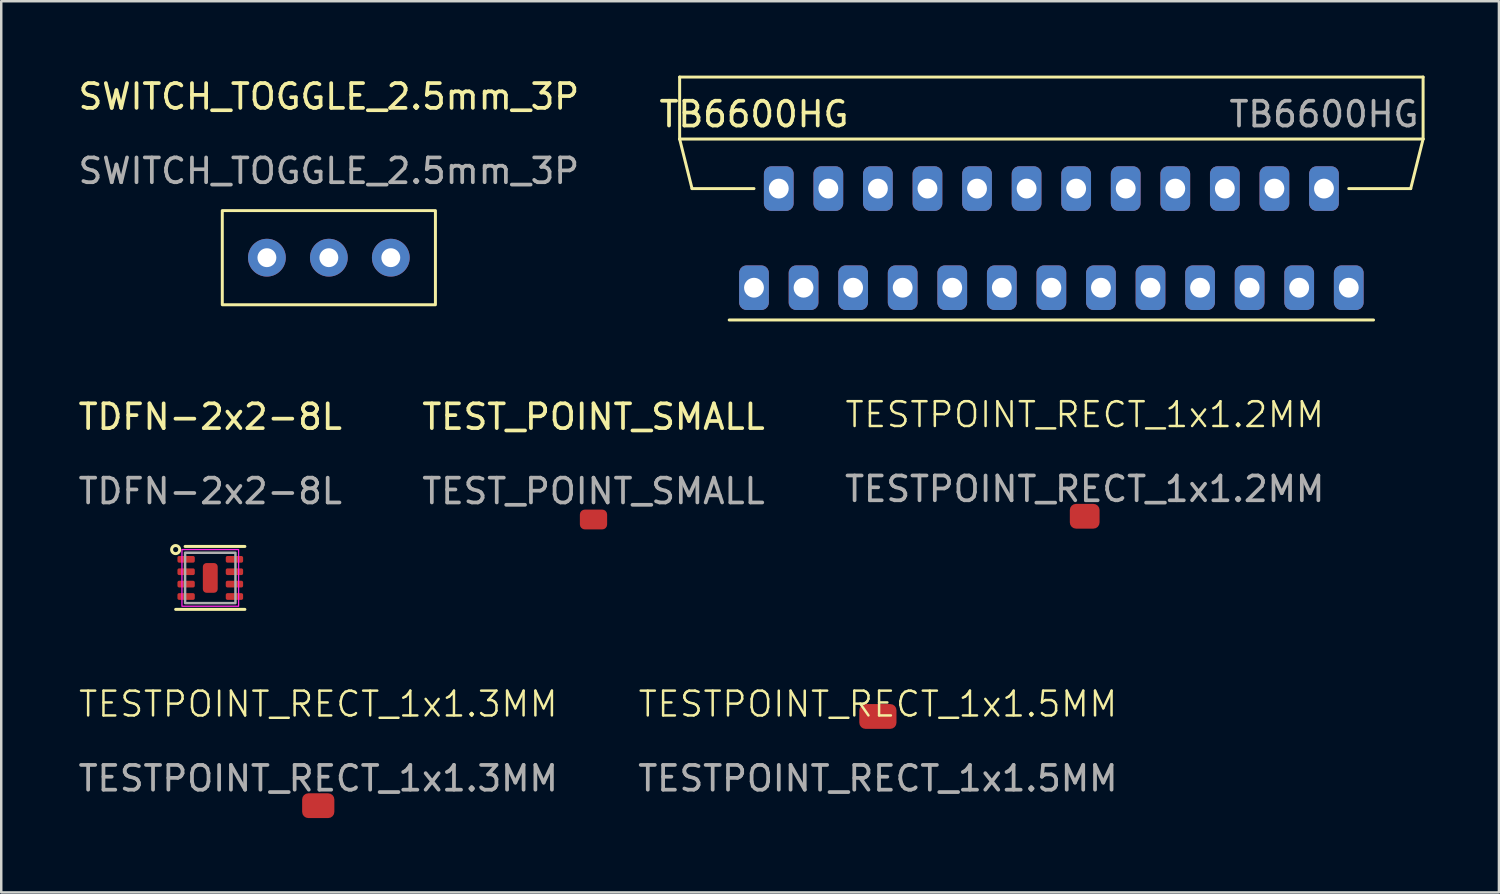
<source format=kicad_pcb>
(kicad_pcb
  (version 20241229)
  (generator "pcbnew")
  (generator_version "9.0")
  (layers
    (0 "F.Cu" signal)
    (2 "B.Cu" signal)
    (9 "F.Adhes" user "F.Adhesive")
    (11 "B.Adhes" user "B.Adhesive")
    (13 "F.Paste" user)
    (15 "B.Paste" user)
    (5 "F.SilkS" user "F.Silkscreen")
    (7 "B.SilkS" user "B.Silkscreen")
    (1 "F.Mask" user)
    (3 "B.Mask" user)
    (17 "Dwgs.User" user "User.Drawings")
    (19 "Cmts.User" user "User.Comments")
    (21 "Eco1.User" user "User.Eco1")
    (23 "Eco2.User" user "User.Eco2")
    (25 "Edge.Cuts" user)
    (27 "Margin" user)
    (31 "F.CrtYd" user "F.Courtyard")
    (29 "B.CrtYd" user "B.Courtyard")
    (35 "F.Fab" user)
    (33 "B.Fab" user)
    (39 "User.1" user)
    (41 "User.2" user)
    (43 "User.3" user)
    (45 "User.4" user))
  (footprint "TESTPOINT_RECT_1x1.2MM"
    (layer "F.Cu")
    (at 40.72 17.782)
    (property "Reference" "TESTPOINT_RECT_1x1.2MM" (at 0 -4.1 0) (unlocked yes) (layer "F.SilkS") (effects (font (size 1 1) (thickness 0.1))))
    (attr smd)
    (fp_text user "${REFERENCE}" (at 0 -1.1 0) (unlocked yes) (layer "F.Fab") (effects (font (size 1 1) (thickness 0.15))))
    (pad "1" smd roundrect (at 0 0) (size 1.2 1) (layers "F.Cu" "F.Mask" "F.Paste") (roundrect_rratio 0.25)))
  (footprint "TESTPOINT_RECT_1x1.5MM"
    (layer "F.Cu")
    (at 32.375 25.861)
    (property "Reference" "TESTPOINT_RECT_1x1.5MM" (at 0 -0.5 0) (unlocked yes) (layer "F.SilkS") (effects (font (size 1 1) (thickness 0.1))))
    (attr smd)
    (fp_text user "${REFERENCE}" (at 0 2.5 0) (unlocked yes) (layer "F.Fab") (effects (font (size 1 1) (thickness 0.15))))
    (pad "1" smd roundrect (at 0 0) (size 1.5 1) (layers "F.Cu" "F.Mask" "F.Paste") (roundrect_rratio 0.25)))
  (footprint "SWITCH_TOGGLE_2.5mm_3P"
    (layer "F.Cu")
    (at 10.22 7.348)
    (property "Reference" "SWITCH_TOGGLE_2.5mm_3P" (at 0 -6.5 0) (unlocked yes) (layer "F.SilkS") (effects (font (size 1 1) (thickness 0.15))))
    (attr through_hole)
    (fp_rect (start -4.3 -1.9) (end 4.3 1.9) (stroke (width 0.12) (type default)) (fill no) (layer "F.SilkS"))
    (fp_text user "${REFERENCE}" (at 0 -3.5 0) (unlocked yes) (layer "F.Fab") (effects (font (size 1 1) (thickness 0.15))))
    (pad "1" thru_hole circle (at -2.5 0) (size 1.524 1.524) (drill 0.762) (layers "*.Cu" "*.Mask"))
    (pad "2" thru_hole circle (at 0 0) (size 1.524 1.524) (drill 0.762) (layers "*.Cu" "*.Mask"))
    (pad "3" thru_hole circle (at 2.5 0) (size 1.524 1.524) (drill 0.762) (layers "*.Cu" "*.Mask")))
  (footprint "TB6600HG"
    (layer "F.Cu")
    (at 39.375 6.56)
    (property "Reference" "TB6600HG" (at -12 -5 0) (unlocked yes) (layer "F.SilkS") (effects (font (size 1 1) (thickness 0.15))))
    (attr through_hole)
    (fp_line (start -15 -6.5) (end 15 -6.5) (stroke (width 0.12) (type solid)) (layer "F.SilkS"))
    (fp_line (start -15 -4) (end -15 -6.5) (stroke (width 0.12) (type solid)) (layer "F.SilkS"))
    (fp_line (start -15 -4) (end 15 -4) (stroke (width 0.12) (type solid)) (layer "F.SilkS"))
    (fp_line (start -14.5 -2) (end -15 -4) (stroke (width 0.12) (type solid)) (layer "F.SilkS"))
    (fp_line (start -13 3.302) (end 13 3.302) (stroke (width 0.12) (type solid)) (layer "F.SilkS"))
    (fp_line (start -12 -2) (end -14.5 -2) (stroke (width 0.12) (type solid)) (layer "F.SilkS"))
    (fp_line (start 14.5 -2) (end 12 -2) (stroke (width 0.12) (type solid)) (layer "F.SilkS"))
    (fp_line (start 15 -6.5) (end 15 -4) (stroke (width 0.12) (type solid)) (layer "F.SilkS"))
    (fp_line (start 15 -4) (end 14.5 -2) (stroke (width 0.12) (type solid)) (layer "F.SilkS"))
    (fp_text user "${REFERENCE}" (at 11 -5 0) (unlocked yes) (layer "F.Fab") (effects (font (size 1 1) (thickness 0.15))))
    (pad "1" thru_hole roundrect (at -12 2) (size 1.2 1.8) (drill 0.8) (layers "*.Cu" "*.Mask") (roundrect_rratio 0.25))
    (pad "2" thru_hole roundrect (at -11 -2) (size 1.2 1.8) (drill 0.8) (layers "*.Cu" "*.Mask") (roundrect_rratio 0.25))
    (pad "3" thru_hole roundrect (at -10 2) (size 1.2 1.8) (drill 0.8) (layers "*.Cu" "*.Mask") (roundrect_rratio 0.25))
    (pad "4" thru_hole roundrect (at -9 -2) (size 1.2 1.8) (drill 0.8) (layers "*.Cu" "*.Mask") (roundrect_rratio 0.25))
    (pad "5" thru_hole roundrect (at -8 2) (size 1.2 1.8) (drill 0.8) (layers "*.Cu" "*.Mask") (roundrect_rratio 0.25))
    (pad "6" thru_hole roundrect (at -7 -2) (size 1.2 1.8) (drill 0.8) (layers "*.Cu" "*.Mask") (roundrect_rratio 0.25))
    (pad "7" thru_hole roundrect (at -6 2) (size 1.2 1.8) (drill 0.8) (layers "*.Cu" "*.Mask") (roundrect_rratio 0.25))
    (pad "8" thru_hole roundrect (at -5 -2) (size 1.2 1.8) (drill 0.8) (layers "*.Cu" "*.Mask") (roundrect_rratio 0.25))
    (pad "9" thru_hole roundrect (at -4 2) (size 1.2 1.8) (drill 0.8) (layers "*.Cu" "*.Mask") (roundrect_rratio 0.25))
    (pad "10" thru_hole roundrect (at -3 -2) (size 1.2 1.8) (drill 0.8) (layers "*.Cu" "*.Mask") (roundrect_rratio 0.25))
    (pad "11" thru_hole roundrect (at -2 2) (size 1.2 1.8) (drill 0.8) (layers "*.Cu" "*.Mask") (roundrect_rratio 0.25))
    (pad "12" thru_hole roundrect (at -1 -2) (size 1.2 1.8) (drill 0.8) (layers "*.Cu" "*.Mask") (roundrect_rratio 0.25))
    (pad "13" thru_hole roundrect (at 0 2) (size 1.2 1.8) (drill 0.8) (layers "*.Cu" "*.Mask") (roundrect_rratio 0.25))
    (pad "14" thru_hole roundrect (at 1 -2) (size 1.2 1.8) (drill 0.8) (layers "*.Cu" "*.Mask") (roundrect_rratio 0.25))
    (pad "15" thru_hole roundrect (at 2 2) (size 1.2 1.8) (drill 0.8) (layers "*.Cu" "*.Mask") (roundrect_rratio 0.25))
    (pad "16" thru_hole roundrect (at 3 -2) (size 1.2 1.8) (drill 0.8) (layers "*.Cu" "*.Mask") (roundrect_rratio 0.25))
    (pad "17" thru_hole roundrect (at 4 2) (size 1.2 1.8) (drill 0.8) (layers "*.Cu" "*.Mask") (roundrect_rratio 0.25))
    (pad "18" thru_hole roundrect (at 5 -2) (size 1.2 1.8) (drill 0.8) (layers "*.Cu" "*.Mask") (roundrect_rratio 0.25))
    (pad "19" thru_hole roundrect (at 6 2) (size 1.2 1.8) (drill 0.8) (layers "*.Cu" "*.Mask") (roundrect_rratio 0.25))
    (pad "20" thru_hole roundrect (at 7 -2) (size 1.2 1.8) (drill 0.8) (layers "*.Cu" "*.Mask") (roundrect_rratio 0.25))
    (pad "21" thru_hole roundrect (at 8 2) (size 1.2 1.8) (drill 0.8) (layers "*.Cu" "*.Mask") (roundrect_rratio 0.25))
    (pad "22" thru_hole roundrect (at 9 -2) (size 1.2 1.8) (drill 0.8) (layers "*.Cu" "*.Mask") (roundrect_rratio 0.25))
    (pad "23" thru_hole roundrect (at 10 2) (size 1.2 1.8) (drill 0.8) (layers "*.Cu" "*.Mask") (roundrect_rratio 0.25))
    (pad "24" thru_hole roundrect (at 11 -2) (size 1.2 1.8) (drill 0.8) (layers "*.Cu" "*.Mask") (roundrect_rratio 0.25))
    (pad "25" thru_hole roundrect (at 12 2) (size 1.2 1.8) (drill 0.8) (layers "*.Cu" "*.Mask") (roundrect_rratio 0.25)))
  (footprint "TDFN-2x2-8L"
    (layer "F.Cu")
    (at 5.435 20.27)
    (property "Reference" "TDFN-2x2-8L" (at 0 -6.5 0) (unlocked yes) (layer "F.SilkS") (effects (font (size 1 1) (thickness 0.15))))
    (attr smd)
    (fp_line (start -1.397 1.27) (end 1.397 1.27) (stroke (width 0.12) (type solid)) (layer "F.SilkS"))
    (fp_line (start -1.016 -1.27) (end 1.397 -1.27) (stroke (width 0.12) (type solid)) (layer "F.SilkS"))
    (fp_circle (center -1.397 -1.143) (end -1.295 -1.016) (stroke (width 0.12) (type solid)) (fill no) (layer "F.SilkS"))
    (fp_rect (start -1.143 -1.143) (end 1.143 1.143) (stroke (width 0.05) (type solid)) (fill no) (layer "F.CrtYd"))
    (fp_rect (start -1.016 -1.016) (end 1.016 1.016) (stroke (width 0.1) (type solid)) (fill no) (layer "F.Fab"))
    (fp_text user "${REFERENCE}" (at 0 -3.5 0) (unlocked yes) (layer "F.Fab") (effects (font (size 1 1) (thickness 0.15))))
    (pad "1" smd roundrect (at -0.975 -0.75) (size 0.7 0.27) (layers "F.Cu" "F.Mask" "F.Paste") (roundrect_rratio 0.25))
    (pad "2" smd roundrect (at -0.975 -0.25) (size 0.7 0.27) (layers "F.Cu" "F.Mask" "F.Paste") (roundrect_rratio 0.25))
    (pad "3" smd roundrect (at -0.975 0.25) (size 0.7 0.27) (layers "F.Cu" "F.Mask" "F.Paste") (roundrect_rratio 0.25))
    (pad "4" smd roundrect (at -0.975 0.75) (size 0.7 0.27) (layers "F.Cu" "F.Mask" "F.Paste") (roundrect_rratio 0.25))
    (pad "5" smd roundrect (at 0.975 0.75) (size 0.7 0.27) (layers "F.Cu" "F.Mask" "F.Paste") (roundrect_rratio 0.25))
    (pad "6" smd roundrect (at 0.975 0.25) (size 0.7 0.27) (layers "F.Cu" "F.Mask" "F.Paste") (roundrect_rratio 0.25))
    (pad "7" smd roundrect (at 0.975 -0.25) (size 0.7 0.27) (layers "F.Cu" "F.Mask" "F.Paste") (roundrect_rratio 0.25))
    (pad "8" smd roundrect (at 0.975 -0.75) (size 0.7 0.27) (layers "F.Cu" "F.Mask" "F.Paste") (roundrect_rratio 0.25))
    (pad "9" smd roundrect (at 0 0) (size 0.6 1.2) (layers "F.Cu" "F.Mask" "F.Paste") (roundrect_rratio 0.25)))
  (footprint "TESTPOINT_RECT_1x1.3MM"
    (layer "F.Cu")
    (at 9.792 29.461)
    (property "Reference" "TESTPOINT_RECT_1x1.3MM" (at 0 -4.1 0) (unlocked yes) (layer "F.SilkS") (effects (font (size 1 1) (thickness 0.1))))
    (attr smd)
    (fp_text user "${REFERENCE}" (at 0 -1.1 0) (unlocked yes) (layer "F.Fab") (effects (font (size 1 1) (thickness 0.15))))
    (pad "1" smd roundrect (at 0 0) (size 1.3 1) (layers "F.Cu" "F.Mask" "F.Paste") (roundrect_rratio 0.25)))
  (footprint "TEST_POINT_SMALL"
    (layer "F.Cu")
    (at 20.899 17.913)
    (property "Reference" "TEST_POINT_SMALL" (at 0 -4.143 0) (unlocked yes) (layer "F.SilkS") (effects (font (size 1 1) (thickness 0.15))))
    (attr smd)
    (fp_text user "${REFERENCE}" (at 0 -1.143 0) (unlocked yes) (layer "F.Fab") (effects (font (size 1 1) (thickness 0.15))))
    (pad "1" smd roundrect (at 0 0) (size 1.1 0.8) (layers "F.Cu" "F.Mask" "F.Paste") (roundrect_rratio 0.25)))
  (gr_rect
    (start -3 -3)
    (end 57.435 32.961)
    (stroke (width 0.1) (type default))
    (fill no)
    (layer "Edge.Cuts")))
</source>
